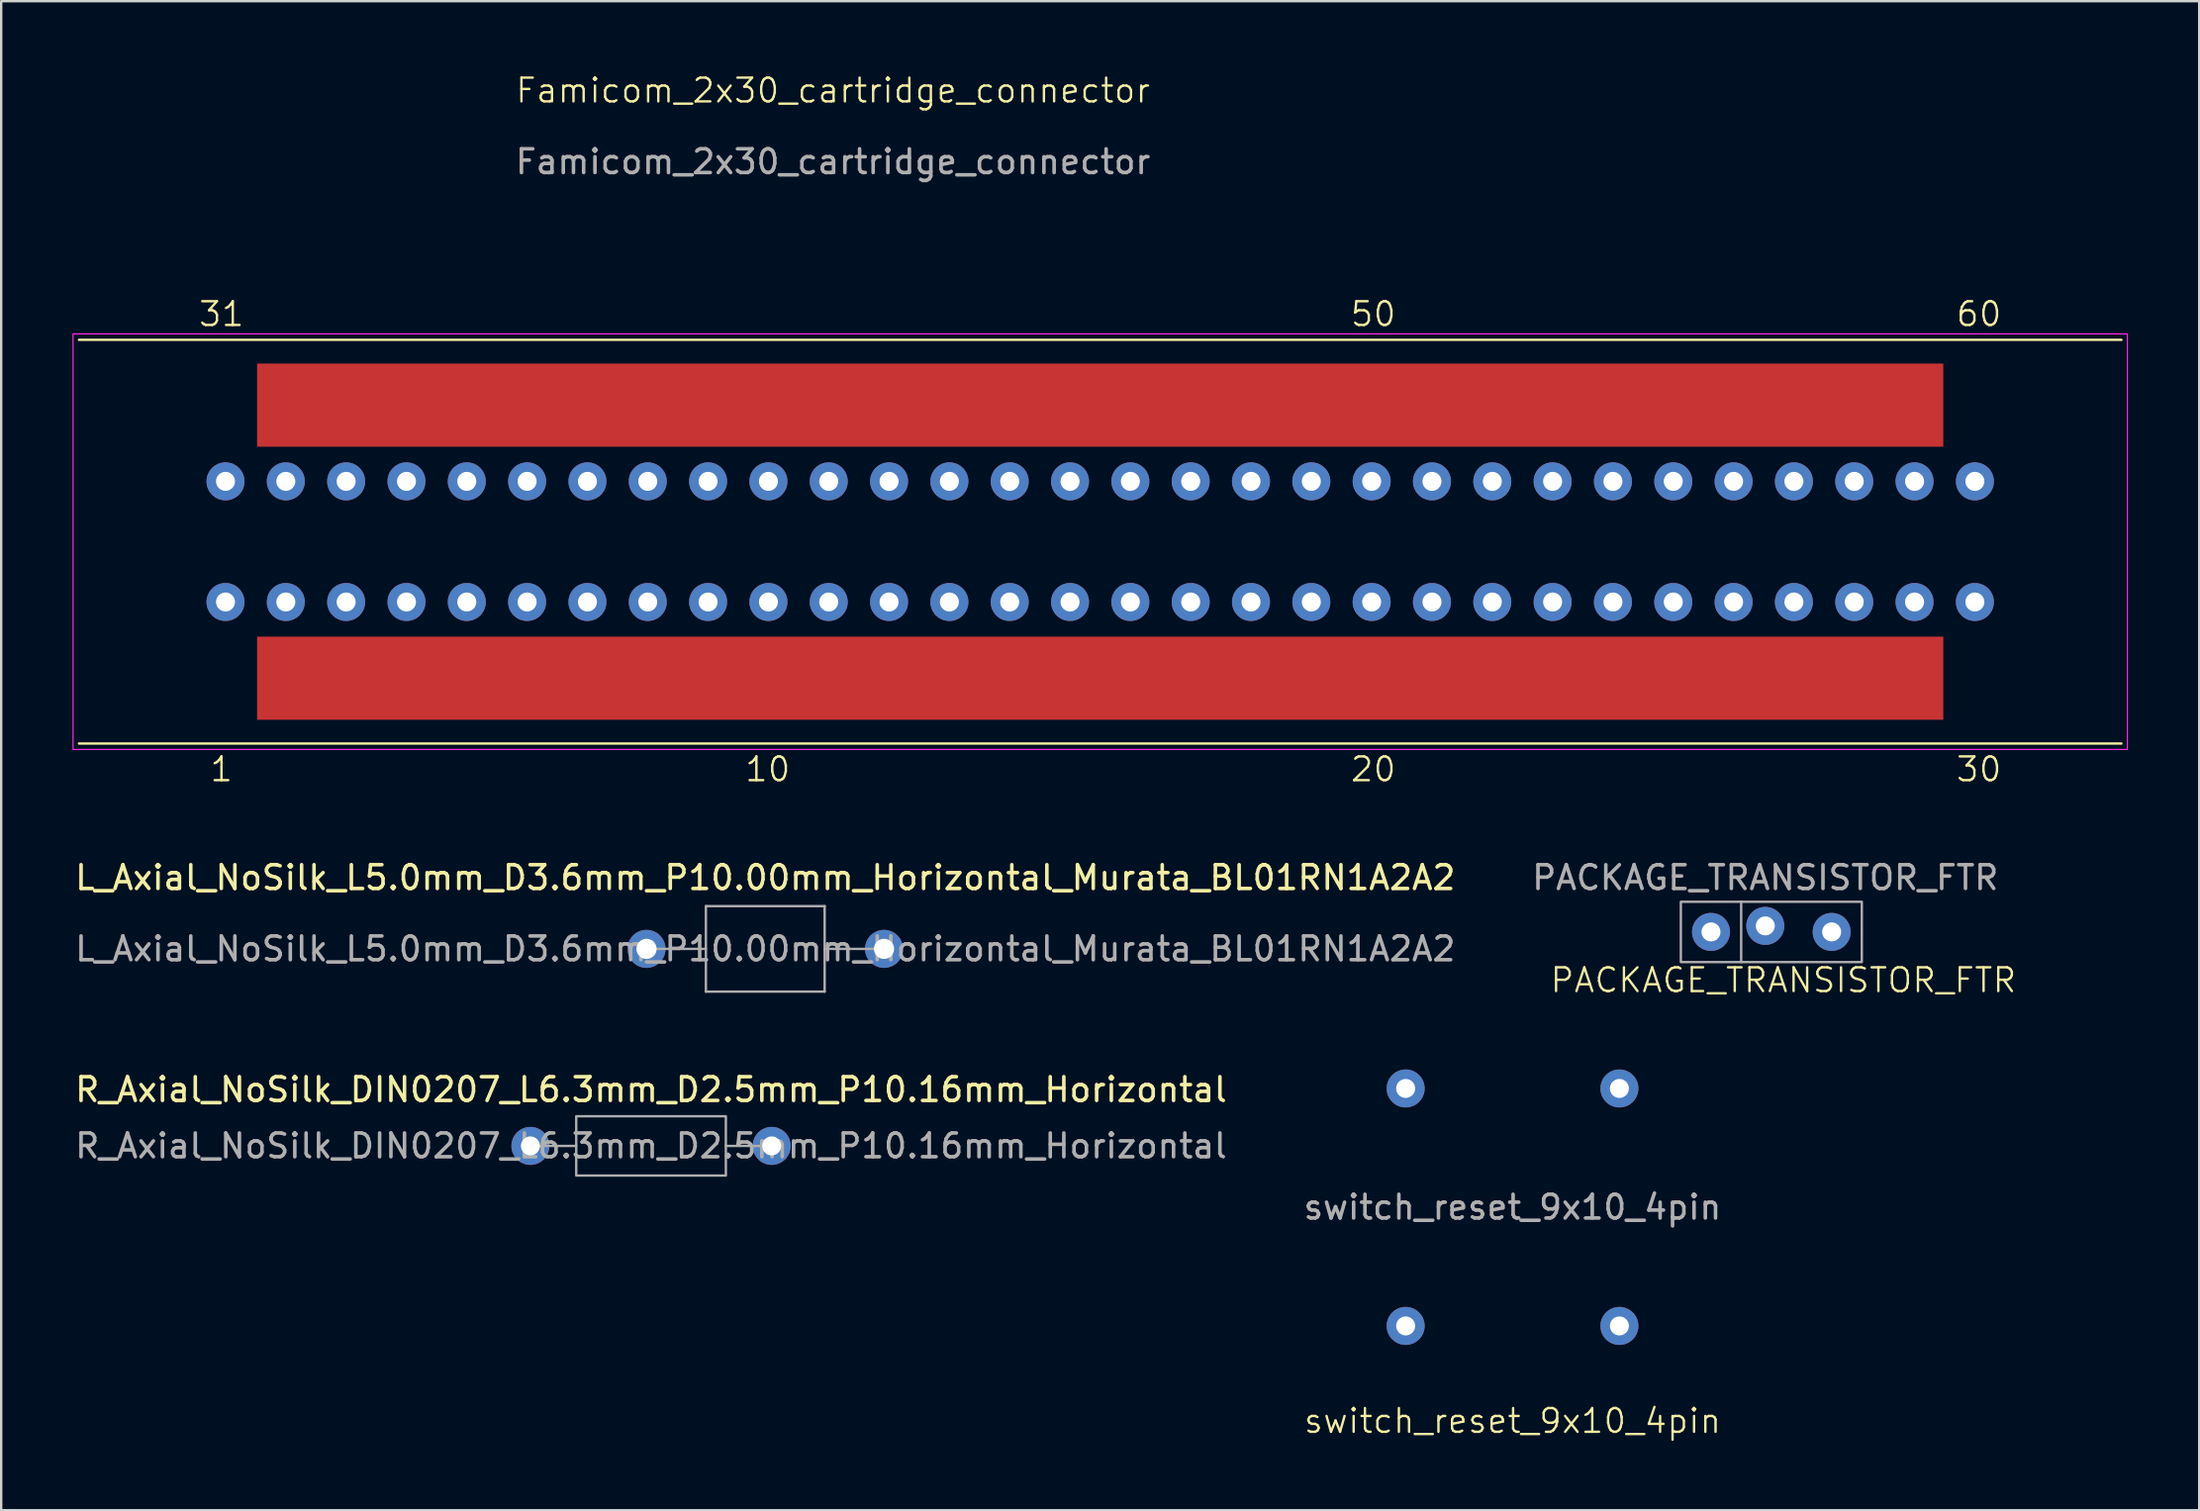
<source format=kicad_pcb>
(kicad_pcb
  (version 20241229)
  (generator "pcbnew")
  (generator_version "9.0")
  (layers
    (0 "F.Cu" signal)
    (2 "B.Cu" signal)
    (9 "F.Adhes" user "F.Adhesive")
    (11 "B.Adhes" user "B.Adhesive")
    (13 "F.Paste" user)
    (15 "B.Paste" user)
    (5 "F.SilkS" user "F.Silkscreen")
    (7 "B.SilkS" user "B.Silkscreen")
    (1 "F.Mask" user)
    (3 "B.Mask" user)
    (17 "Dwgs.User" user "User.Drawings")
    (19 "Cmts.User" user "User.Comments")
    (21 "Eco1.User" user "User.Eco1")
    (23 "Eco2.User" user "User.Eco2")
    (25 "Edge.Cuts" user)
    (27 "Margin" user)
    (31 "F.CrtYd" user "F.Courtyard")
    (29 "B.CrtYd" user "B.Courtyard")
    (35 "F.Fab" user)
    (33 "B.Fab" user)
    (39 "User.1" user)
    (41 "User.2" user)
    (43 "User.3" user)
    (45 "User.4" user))
  (footprint "R_Axial_NoSilk_DIN0207_L6.3mm_D2.5mm_P10.16mm_Horizontal"
    (layer "F.Cu")
    (at 19.283 45.206)
    (property "Reference" "R_Axial_NoSilk_DIN0207_L6.3mm_D2.5mm_P10.16mm_Horizontal" (at 5.08 -2.37 0) (layer "F.SilkS") (effects (font (size 1 1) (thickness 0.15))))
    (attr through_hole)
    (fp_line (start 0 0) (end 1.93 0) (stroke (width 0.1) (type solid)) (layer "F.Fab"))
    (fp_line (start 10.16 0) (end 8.23 0) (stroke (width 0.1) (type solid)) (layer "F.Fab"))
    (fp_rect (start 1.93 -1.25) (end 8.23 1.25) (stroke (width 0.1) (type solid)) (fill no) (layer "F.Fab"))
    (fp_text user "${REFERENCE}" (at 5.08 0 0) (layer "F.Fab") (effects (font (size 1 1) (thickness 0.15))))
    (pad "1" thru_hole circle (at 0 0) (size 1.6 1.6) (drill 0.8) (layers "*.Cu" "*.Mask"))
    (pad "2" thru_hole circle (at 10.16 0) (size 1.6 1.6) (drill 0.8) (layers "*.Cu" "*.Mask")))
  (footprint "switch_reset_9x10_4pin"
    (layer "F.Cu")
    (at 60.637 47.787)
    (property "Reference" "switch_reset_9x10_4pin" (at 0 9 0) (unlocked yes) (layer "F.SilkS") (effects (font (size 1 1) (thickness 0.1))))
    (attr through_hole)
    (fp_text user "${REFERENCE}" (at 0 0 0) (unlocked yes) (layer "F.Fab") (effects (font (size 1 1) (thickness 0.15))))
    (pad "1" thru_hole circle (at -4.5 -5) (size 1.6 1.6) (drill 0.8) (layers "*.Cu" "*.Mask"))
    (pad "2" thru_hole circle (at 4.5 -5) (size 1.6 1.6) (drill 0.8) (layers "*.Cu" "*.Mask"))
    (pad "3" thru_hole circle (at -4.5 5) (size 1.6 1.6) (drill 0.8) (layers "*.Cu" "*.Mask"))
    (pad "4" thru_hole circle (at 4.5 5) (size 1.6 1.6) (drill 0.8) (layers "*.Cu" "*.Mask")))
  (footprint "PACKAGE_TRANSISTOR_FTR"
    (layer "F.Cu")
    (at 68.994 36.195)
    (property "Reference" "PACKAGE_TRANSISTOR_FTR" (at 3.048 2.032 0) (unlocked yes) (layer "F.SilkS") (effects (font (size 1 1) (thickness 0.1))))
    (attr through_hole)
    (fp_line (start 1.27 -1.27) (end 1.27 1.27) (stroke (width 0.1) (type solid)) (layer "F.Fab"))
    (fp_rect (start -1.27 -1.27) (end 6.35 1.27) (stroke (width 0.1) (type solid)) (fill no) (layer "F.Fab"))
    (fp_text user "${REFERENCE}" (at 2.286 -2.286 0) (unlocked yes) (layer "F.Fab") (effects (font (size 1 1) (thickness 0.15))))
    (pad "1" thru_hole circle (at 2.286 -0.254) (size 1.6 1.6) (drill 0.8) (layers "*.Cu" "*.Mask"))
    (pad "2" thru_hole circle (at 5.08 0) (size 1.6 1.6) (drill 0.8) (layers "*.Cu" "*.Mask"))
    (pad "3" thru_hole circle (at 0 0) (size 1.6 1.6) (drill 0.8) (layers "*.Cu" "*.Mask")))
  (footprint "L_Axial_NoSilk_L5.0mm_D3.6mm_P10.00mm_Horizontal_Murata_BL01RN1A2A2"
    (layer "F.Cu")
    (at 24.173 36.909)
    (property "Reference" "L_Axial_NoSilk_L5.0mm_D3.6mm_P10.00mm_Horizontal_Murata_BL01RN1A2A2" (at 5 -3 0) (layer "F.SilkS") (effects (font (size 1 1) (thickness 0.15))))
    (attr through_hole)
    (fp_line (start 0 0) (end 2.5 0) (stroke (width 0.1) (type solid)) (layer "F.Fab"))
    (fp_line (start 2.5 -1.8) (end 2.5 1.8) (stroke (width 0.1) (type solid)) (layer "F.Fab"))
    (fp_line (start 2.5 1.8) (end 7.5 1.8) (stroke (width 0.1) (type solid)) (layer "F.Fab"))
    (fp_line (start 7.5 -1.8) (end 2.5 -1.8) (stroke (width 0.1) (type solid)) (layer "F.Fab"))
    (fp_line (start 7.5 1.8) (end 7.5 -1.8) (stroke (width 0.1) (type solid)) (layer "F.Fab"))
    (fp_line (start 10 0) (end 7.5 0) (stroke (width 0.1) (type solid)) (layer "F.Fab"))
    (fp_text user "${REFERENCE}" (at 5 0 0) (layer "F.Fab") (effects (font (size 1 1) (thickness 0.15))))
    (pad "1" thru_hole circle (at 0 0) (size 1.6 1.6) (drill 0.85) (layers "*.Cu" "*.Mask"))
    (pad "2" thru_hole oval (at 10 0) (size 1.6 1.6) (drill 0.85) (layers "*.Cu" "*.Mask")))
  (footprint "Famicom_2x30_cartridge_connector"
    (layer "F.Cu")
    (at 43.275 19.761)
    (property "Reference" "Famicom_2x30_cartridge_connector" (at -11.25 -19 0) (unlocked yes) (layer "F.SilkS") (effects (font (size 1 1) (thickness 0.1))))
    (attr through_hole)
    (fp_line (start -43 -8.5) (end 43 -8.5) (stroke (width 0.1) (type solid)) (layer "F.SilkS"))
    (fp_line (start -43 8.5) (end 43 8.5) (stroke (width 0.1) (type solid)) (layer "F.SilkS"))
    (fp_rect (start -43.25 -8.75) (end 43.25 8.75) (stroke (width 0.05) (type default)) (fill no) (layer "F.CrtYd"))
    (fp_text user "50" (at 11.5 -9 0) (unlocked yes) (layer "F.SilkS") (effects (font (size 1 1) (thickness 0.1)) (justify bottom)))
    (fp_text user "20" (at 11.5 9 0) (unlocked yes) (layer "F.SilkS") (effects (font (size 1 1) (thickness 0.1)) (justify top)))
    (fp_text user "60" (at 37 -9 0) (unlocked yes) (layer "F.SilkS") (effects (font (size 1 1) (thickness 0.1)) (justify bottom)))
    (fp_text user "1" (at -37 9 0) (unlocked yes) (layer "F.SilkS") (effects (font (size 1 1) (thickness 0.1)) (justify top)))
    (fp_text user "10" (at -14 9 0) (unlocked yes) (layer "F.SilkS") (effects (font (size 1 1) (thickness 0.1)) (justify top)))
    (fp_text user "30" (at 37 9 0) (unlocked yes) (layer "F.SilkS") (effects (font (size 1 1) (thickness 0.1)) (justify top)))
    (fp_text user "31" (at -37 -9 0) (unlocked yes) (layer "F.SilkS") (effects (font (size 1 1) (thickness 0.1)) (justify bottom)))
    (fp_text user "${REFERENCE}" (at -11.25 -16 0) (unlocked yes) (layer "F.Fab") (effects (font (size 1 1) (thickness 0.15))))
    (pad "1" thru_hole circle (at -36.83 2.54) (size 1.6 1.6) (drill 0.8) (layers "*.Cu" "*.Mask"))
    (pad "2" thru_hole circle (at -34.29 2.54) (size 1.6 1.6) (drill 0.8) (layers "*.Cu" "*.Mask"))
    (pad "3" thru_hole circle (at -31.75 2.54) (size 1.6 1.6) (drill 0.8) (layers "*.Cu" "*.Mask"))
    (pad "4" thru_hole circle (at -29.21 2.54) (size 1.6 1.6) (drill 0.8) (layers "*.Cu" "*.Mask"))
    (pad "5" thru_hole circle (at -26.67 2.54) (size 1.6 1.6) (drill 0.8) (layers "*.Cu" "*.Mask"))
    (pad "6" thru_hole circle (at -24.13 2.54) (size 1.6 1.6) (drill 0.8) (layers "*.Cu" "*.Mask"))
    (pad "7" thru_hole circle (at -21.59 2.54) (size 1.6 1.6) (drill 0.8) (layers "*.Cu" "*.Mask"))
    (pad "8" thru_hole circle (at -19.05 2.54) (size 1.6 1.6) (drill 0.8) (layers "*.Cu" "*.Mask"))
    (pad "9" thru_hole circle (at -16.51 2.54) (size 1.6 1.6) (drill 0.8) (layers "*.Cu" "*.Mask"))
    (pad "10" thru_hole circle (at -13.97 2.54) (size 1.6 1.6) (drill 0.8) (layers "*.Cu" "*.Mask"))
    (pad "11" thru_hole circle (at -11.43 2.54) (size 1.6 1.6) (drill 0.8) (layers "*.Cu" "*.Mask"))
    (pad "12" thru_hole circle (at -8.89 2.54) (size 1.6 1.6) (drill 0.8) (layers "*.Cu" "*.Mask"))
    (pad "13" thru_hole circle (at -6.35 2.54) (size 1.6 1.6) (drill 0.8) (layers "*.Cu" "*.Mask"))
    (pad "14" thru_hole circle (at -3.81 2.54) (size 1.6 1.6) (drill 0.8) (layers "*.Cu" "*.Mask"))
    (pad "15" thru_hole circle (at -1.27 2.54) (size 1.6 1.6) (drill 0.8) (layers "*.Cu" "*.Mask"))
    (pad "16" thru_hole circle (at 1.27 2.54) (size 1.6 1.6) (drill 0.8) (layers "*.Cu" "*.Mask"))
    (pad "17" thru_hole circle (at 3.81 2.54) (size 1.6 1.6) (drill 0.8) (layers "*.Cu" "*.Mask"))
    (pad "18" thru_hole circle (at 6.35 2.54) (size 1.6 1.6) (drill 0.8) (layers "*.Cu" "*.Mask"))
    (pad "19" thru_hole circle (at 8.89 2.54) (size 1.6 1.6) (drill 0.8) (layers "*.Cu" "*.Mask"))
    (pad "20" thru_hole circle (at 11.43 2.54) (size 1.6 1.6) (drill 0.8) (layers "*.Cu" "*.Mask"))
    (pad "21" thru_hole circle (at 13.97 2.54) (size 1.6 1.6) (drill 0.8) (layers "*.Cu" "*.Mask"))
    (pad "22" thru_hole circle (at 16.51 2.54) (size 1.6 1.6) (drill 0.8) (layers "*.Cu" "*.Mask"))
    (pad "23" thru_hole circle (at 19.05 2.54) (size 1.6 1.6) (drill 0.8) (layers "*.Cu" "*.Mask"))
    (pad "24" thru_hole circle (at 21.59 2.54) (size 1.6 1.6) (drill 0.8) (layers "*.Cu" "*.Mask"))
    (pad "25" thru_hole circle (at 24.13 2.54) (size 1.6 1.6) (drill 0.8) (layers "*.Cu" "*.Mask"))
    (pad "26" thru_hole circle (at 26.67 2.54) (size 1.6 1.6) (drill 0.8) (layers "*.Cu" "*.Mask"))
    (pad "27" thru_hole circle (at 29.21 2.54) (size 1.6 1.6) (drill 0.8) (layers "*.Cu" "*.Mask"))
    (pad "28" thru_hole circle (at 31.75 2.54) (size 1.6 1.6) (drill 0.8) (layers "*.Cu" "*.Mask"))
    (pad "29" thru_hole circle (at 34.29 2.54) (size 1.6 1.6) (drill 0.8) (layers "*.Cu" "*.Mask"))
    (pad "30" thru_hole circle (at 36.83 2.54) (size 1.6 1.6) (drill 0.8) (layers "*.Cu" "*.Mask"))
    (pad "31" thru_hole circle (at -36.83 -2.54) (size 1.6 1.6) (drill 0.8) (layers "*.Cu" "*.Mask"))
    (pad "32" thru_hole circle (at -34.29 -2.54) (size 1.6 1.6) (drill 0.8) (layers "*.Cu" "*.Mask"))
    (pad "33" thru_hole circle (at -31.75 -2.54) (size 1.6 1.6) (drill 0.8) (layers "*.Cu" "*.Mask"))
    (pad "34" thru_hole circle (at -29.21 -2.54) (size 1.6 1.6) (drill 0.8) (layers "*.Cu" "*.Mask"))
    (pad "35" thru_hole circle (at -26.67 -2.54) (size 1.6 1.6) (drill 0.8) (layers "*.Cu" "*.Mask"))
    (pad "36" thru_hole circle (at -24.13 -2.54) (size 1.6 1.6) (drill 0.8) (layers "*.Cu" "*.Mask"))
    (pad "37" thru_hole circle (at -21.59 -2.54) (size 1.6 1.6) (drill 0.8) (layers "*.Cu" "*.Mask"))
    (pad "38" thru_hole circle (at -19.05 -2.54) (size 1.6 1.6) (drill 0.8) (layers "*.Cu" "*.Mask"))
    (pad "39" thru_hole circle (at -16.51 -2.54) (size 1.6 1.6) (drill 0.8) (layers "*.Cu" "*.Mask"))
    (pad "40" thru_hole circle (at -13.97 -2.54) (size 1.6 1.6) (drill 0.8) (layers "*.Cu" "*.Mask"))
    (pad "41" thru_hole circle (at -11.43 -2.54) (size 1.6 1.6) (drill 0.8) (layers "*.Cu" "*.Mask"))
    (pad "42" thru_hole circle (at -8.89 -2.54) (size 1.6 1.6) (drill 0.8) (layers "*.Cu" "*.Mask"))
    (pad "43" thru_hole circle (at -6.35 -2.54) (size 1.6 1.6) (drill 0.8) (layers "*.Cu" "*.Mask"))
    (pad "44" thru_hole circle (at -3.81 -2.54) (size 1.6 1.6) (drill 0.8) (layers "*.Cu" "*.Mask"))
    (pad "45" thru_hole circle (at -1.27 -2.54) (size 1.6 1.6) (drill 0.8) (layers "*.Cu" "*.Mask"))
    (pad "46" thru_hole circle (at 1.27 -2.54) (size 1.6 1.6) (drill 0.8) (layers "*.Cu" "*.Mask"))
    (pad "47" thru_hole circle (at 3.81 -2.54) (size 1.6 1.6) (drill 0.8) (layers "*.Cu" "*.Mask"))
    (pad "48" thru_hole circle (at 6.35 -2.54) (size 1.6 1.6) (drill 0.8) (layers "*.Cu" "*.Mask"))
    (pad "49" thru_hole circle (at 8.89 -2.54) (size 1.6 1.6) (drill 0.8) (layers "*.Cu" "*.Mask"))
    (pad "50" thru_hole circle (at 11.43 -2.54) (size 1.6 1.6) (drill 0.8) (layers "*.Cu" "*.Mask"))
    (pad "51" thru_hole circle (at 13.97 -2.54) (size 1.6 1.6) (drill 0.8) (layers "*.Cu" "*.Mask"))
    (pad "52" thru_hole circle (at 16.51 -2.54) (size 1.6 1.6) (drill 0.8) (layers "*.Cu" "*.Mask"))
    (pad "53" thru_hole circle (at 19.05 -2.54) (size 1.6 1.6) (drill 0.8) (layers "*.Cu" "*.Mask"))
    (pad "54" thru_hole circle (at 21.59 -2.54) (size 1.6 1.6) (drill 0.8) (layers "*.Cu" "*.Mask"))
    (pad "55" thru_hole circle (at 24.13 -2.54) (size 1.6 1.6) (drill 0.8) (layers "*.Cu" "*.Mask"))
    (pad "56" thru_hole circle (at 26.67 -2.54) (size 1.6 1.6) (drill 0.8) (layers "*.Cu" "*.Mask"))
    (pad "57" thru_hole circle (at 29.21 -2.54) (size 1.6 1.6) (drill 0.8) (layers "*.Cu" "*.Mask"))
    (pad "58" thru_hole circle (at 31.75 -2.54) (size 1.6 1.6) (drill 0.8) (layers "*.Cu" "*.Mask"))
    (pad "59" thru_hole circle (at 34.29 -2.54) (size 1.6 1.6) (drill 0.8) (layers "*.Cu" "*.Mask"))
    (pad "60" thru_hole circle (at 36.83 -2.54) (size 1.6 1.6) (drill 0.8) (layers "*.Cu" "*.Mask"))
    (pad "61" smd rect (at 0 -5.75) (size 71 3.5) (layers "F.Cu" "F.Mask"))
    (pad "61" smd rect (at 0 5.75) (size 71 3.5) (layers "F.Cu" "F.Mask")))
  (gr_rect
    (start -3 -3)
    (end 89.55 60.548)
    (stroke (width 0.1) (type default))
    (fill no)
    (layer "Edge.Cuts")))
</source>
